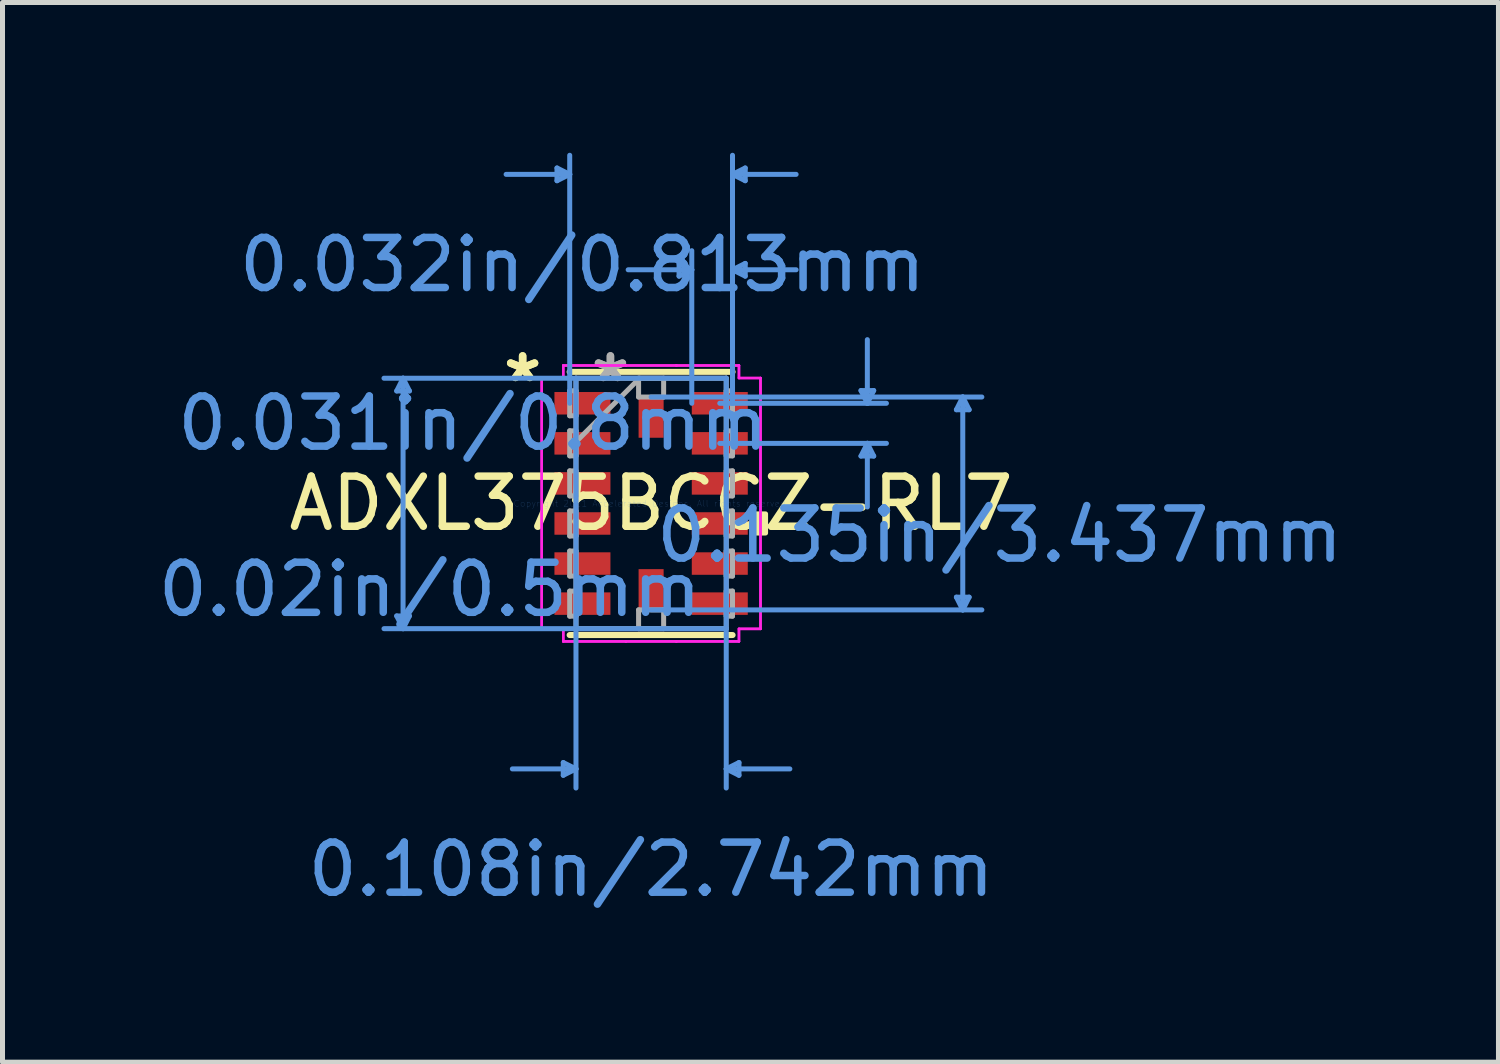
<source format=kicad_pcb>
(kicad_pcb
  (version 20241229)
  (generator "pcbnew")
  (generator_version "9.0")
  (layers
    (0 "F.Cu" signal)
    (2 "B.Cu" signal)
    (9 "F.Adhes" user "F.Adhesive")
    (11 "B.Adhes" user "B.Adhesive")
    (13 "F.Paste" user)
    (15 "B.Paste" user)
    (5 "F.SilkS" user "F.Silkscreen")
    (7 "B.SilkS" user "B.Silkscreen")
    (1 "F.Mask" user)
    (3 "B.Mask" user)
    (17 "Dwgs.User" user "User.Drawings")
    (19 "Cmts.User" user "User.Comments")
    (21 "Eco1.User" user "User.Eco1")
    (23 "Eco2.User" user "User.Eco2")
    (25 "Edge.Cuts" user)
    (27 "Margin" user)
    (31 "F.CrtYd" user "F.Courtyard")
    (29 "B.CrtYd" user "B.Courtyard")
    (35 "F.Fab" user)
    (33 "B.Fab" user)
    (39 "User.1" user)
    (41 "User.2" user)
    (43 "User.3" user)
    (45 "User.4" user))
  (footprint "ADXL375BCCZ-RL7"
    (layer "F.Cu")
    (at 9.949 7.001)
    (property "Reference" "ADXL375BCCZ-RL7" (at 0 0 0) (layer "F.SilkS") (effects (font (size 1 1) (thickness 0.15))))
    (attr through_hole)
    (fp_line (start -1.627 2.627) (end 1.627 2.627) (stroke (width 0.12) (type solid)) (layer "F.SilkS"))
    (fp_line (start 1.627 -2.627) (end -1.627 -2.627) (stroke (width 0.12) (type solid)) (layer "F.SilkS"))
    (fp_poly (pts (xy 2.285 0.209) (xy 2.285 0.59) (xy 2.031 0.59) (xy 2.031 0.209)) (stroke (width 0.1) (type solid)) (fill yes) (layer "F.SilkS"))
    (fp_line (start -5.079 -2.246) (end -4.825 -2.246) (stroke (width 0.1) (type solid)) (layer "Cmts.User"))
    (fp_line (start -5.079 2.246) (end -4.825 2.246) (stroke (width 0.1) (type solid)) (layer "Cmts.User"))
    (fp_line (start -4.952 -2.5) (end -5.079 -2.246) (stroke (width 0.1) (type solid)) (layer "Cmts.User"))
    (fp_line (start -4.952 -2.5) (end -4.952 2.5) (stroke (width 0.1) (type solid)) (layer "Cmts.User"))
    (fp_line (start -4.952 -2.5) (end -4.825 -2.246) (stroke (width 0.1) (type solid)) (layer "Cmts.User"))
    (fp_line (start -4.952 2.5) (end -5.079 2.246) (stroke (width 0.1) (type solid)) (layer "Cmts.User"))
    (fp_line (start -4.952 2.5) (end -4.825 2.246) (stroke (width 0.1) (type solid)) (layer "Cmts.User"))
    (fp_line (start -1.879 -6.697) (end -1.879 -6.443) (stroke (width 0.1) (type solid)) (layer "Cmts.User"))
    (fp_line (start -1.754 5.173) (end -1.754 5.427) (stroke (width 0.1) (type solid)) (layer "Cmts.User"))
    (fp_line (start -1.625 -6.57) (end -2.895 -6.57) (stroke (width 0.1) (type solid)) (layer "Cmts.User"))
    (fp_line (start -1.625 -6.57) (end -1.879 -6.697) (stroke (width 0.1) (type solid)) (layer "Cmts.User"))
    (fp_line (start -1.625 -6.57) (end -1.879 -6.443) (stroke (width 0.1) (type solid)) (layer "Cmts.User"))
    (fp_line (start -1.625 -2) (end -1.625 -6.951) (stroke (width 0.1) (type solid)) (layer "Cmts.User"))
    (fp_line (start -1.5 -2.5) (end -1.5 5.681) (stroke (width 0.1) (type solid)) (layer "Cmts.User"))
    (fp_line (start -1.5 5.3) (end -2.77 5.3) (stroke (width 0.1) (type solid)) (layer "Cmts.User"))
    (fp_line (start -1.5 5.3) (end -1.754 5.173) (stroke (width 0.1) (type solid)) (layer "Cmts.User"))
    (fp_line (start -1.5 5.3) (end -1.754 5.427) (stroke (width 0.1) (type solid)) (layer "Cmts.User"))
    (fp_line (start 0 -2.125) (end 6.603 -2.125) (stroke (width 0.1) (type solid)) (layer "Cmts.User"))
    (fp_line (start 0 2.125) (end 6.603 2.125) (stroke (width 0.1) (type solid)) (layer "Cmts.User"))
    (fp_line (start 0.558 -4.792) (end 0.558 -4.538) (stroke (width 0.1) (type solid)) (layer "Cmts.User"))
    (fp_line (start 0.812 -4.665) (end -0.458 -4.665) (stroke (width 0.1) (type solid)) (layer "Cmts.User"))
    (fp_line (start 0.812 -4.665) (end 0.558 -4.792) (stroke (width 0.1) (type solid)) (layer "Cmts.User"))
    (fp_line (start 0.812 -4.665) (end 0.558 -4.538) (stroke (width 0.1) (type solid)) (layer "Cmts.User"))
    (fp_line (start 0.812 -2) (end 0.812 -5.046) (stroke (width 0.1) (type solid)) (layer "Cmts.User"))
    (fp_line (start 1.371 -2) (end 4.698 -2) (stroke (width 0.1) (type solid)) (layer "Cmts.User"))
    (fp_line (start 1.371 -1.2) (end 4.698 -1.2) (stroke (width 0.1) (type solid)) (layer "Cmts.User"))
    (fp_line (start 1.5 -2.5) (end -5.333 -2.5) (stroke (width 0.1) (type solid)) (layer "Cmts.User"))
    (fp_line (start 1.5 -2.5) (end 1.5 5.681) (stroke (width 0.1) (type solid)) (layer "Cmts.User"))
    (fp_line (start 1.5 2.5) (end -5.333 2.5) (stroke (width 0.1) (type solid)) (layer "Cmts.User"))
    (fp_line (start 1.5 5.3) (end 1.754 5.173) (stroke (width 0.1) (type solid)) (layer "Cmts.User"))
    (fp_line (start 1.5 5.3) (end 1.754 5.427) (stroke (width 0.1) (type solid)) (layer "Cmts.User"))
    (fp_line (start 1.5 5.3) (end 2.77 5.3) (stroke (width 0.1) (type solid)) (layer "Cmts.User"))
    (fp_line (start 1.625 -6.57) (end 1.879 -6.697) (stroke (width 0.1) (type solid)) (layer "Cmts.User"))
    (fp_line (start 1.625 -6.57) (end 1.879 -6.443) (stroke (width 0.1) (type solid)) (layer "Cmts.User"))
    (fp_line (start 1.625 -6.57) (end 2.895 -6.57) (stroke (width 0.1) (type solid)) (layer "Cmts.User"))
    (fp_line (start 1.625 -4.665) (end 1.879 -4.792) (stroke (width 0.1) (type solid)) (layer "Cmts.User"))
    (fp_line (start 1.625 -4.665) (end 1.879 -4.538) (stroke (width 0.1) (type solid)) (layer "Cmts.User"))
    (fp_line (start 1.625 -4.665) (end 2.895 -4.665) (stroke (width 0.1) (type solid)) (layer "Cmts.User"))
    (fp_line (start 1.625 -2) (end 1.625 -6.951) (stroke (width 0.1) (type solid)) (layer "Cmts.User"))
    (fp_line (start 1.625 -2) (end 1.625 -5.046) (stroke (width 0.1) (type solid)) (layer "Cmts.User"))
    (fp_line (start 1.754 5.173) (end 1.754 5.427) (stroke (width 0.1) (type solid)) (layer "Cmts.User"))
    (fp_line (start 1.879 -6.697) (end 1.879 -6.443) (stroke (width 0.1) (type solid)) (layer "Cmts.User"))
    (fp_line (start 1.879 -4.792) (end 1.879 -4.538) (stroke (width 0.1) (type solid)) (layer "Cmts.User"))
    (fp_line (start 4.19 -2.254) (end 4.444 -2.254) (stroke (width 0.1) (type solid)) (layer "Cmts.User"))
    (fp_line (start 4.19 -0.946) (end 4.444 -0.946) (stroke (width 0.1) (type solid)) (layer "Cmts.User"))
    (fp_line (start 4.317 -2) (end 4.19 -2.254) (stroke (width 0.1) (type solid)) (layer "Cmts.User"))
    (fp_line (start 4.317 -2) (end 4.317 -3.27) (stroke (width 0.1) (type solid)) (layer "Cmts.User"))
    (fp_line (start 4.317 -2) (end 4.444 -2.254) (stroke (width 0.1) (type solid)) (layer "Cmts.User"))
    (fp_line (start 4.317 -1.2) (end 4.19 -0.946) (stroke (width 0.1) (type solid)) (layer "Cmts.User"))
    (fp_line (start 4.317 -1.2) (end 4.317 0.07) (stroke (width 0.1) (type solid)) (layer "Cmts.User"))
    (fp_line (start 4.317 -1.2) (end 4.444 -0.946) (stroke (width 0.1) (type solid)) (layer "Cmts.User"))
    (fp_line (start 6.095 -1.871) (end 6.349 -1.871) (stroke (width 0.1) (type solid)) (layer "Cmts.User"))
    (fp_line (start 6.095 1.871) (end 6.349 1.871) (stroke (width 0.1) (type solid)) (layer "Cmts.User"))
    (fp_line (start 6.222 -2.125) (end 6.095 -1.871) (stroke (width 0.1) (type solid)) (layer "Cmts.User"))
    (fp_line (start 6.222 -2.125) (end 6.222 2.125) (stroke (width 0.1) (type solid)) (layer "Cmts.User"))
    (fp_line (start 6.222 -2.125) (end 6.349 -1.871) (stroke (width 0.1) (type solid)) (layer "Cmts.User"))
    (fp_line (start 6.222 2.125) (end 6.095 1.871) (stroke (width 0.1) (type solid)) (layer "Cmts.User"))
    (fp_line (start 6.222 2.125) (end 6.349 1.871) (stroke (width 0.1) (type solid)) (layer "Cmts.User"))
    (fp_line (start -2.184 -2.504) (end -1.754 -2.504) (stroke (width 0.05) (type solid)) (layer "F.CrtYd"))
    (fp_line (start -2.184 -2.504) (end -1.754 -2.504) (stroke (width 0.05) (type solid)) (layer "F.CrtYd"))
    (fp_line (start -2.184 2.504) (end -2.184 -2.504) (stroke (width 0.05) (type solid)) (layer "F.CrtYd"))
    (fp_line (start -2.184 2.504) (end -2.184 -2.504) (stroke (width 0.05) (type solid)) (layer "F.CrtYd"))
    (fp_line (start -1.754 -2.754) (end -0.504 -2.754) (stroke (width 0.05) (type solid)) (layer "F.CrtYd"))
    (fp_line (start -1.754 -2.754) (end -0.504 -2.754) (stroke (width 0.05) (type solid)) (layer "F.CrtYd"))
    (fp_line (start -1.754 -2.504) (end -1.754 -2.754) (stroke (width 0.05) (type solid)) (layer "F.CrtYd"))
    (fp_line (start -1.754 -2.504) (end -1.754 -2.754) (stroke (width 0.05) (type solid)) (layer "F.CrtYd"))
    (fp_line (start -1.754 2.504) (end -2.184 2.504) (stroke (width 0.05) (type solid)) (layer "F.CrtYd"))
    (fp_line (start -1.754 2.504) (end -2.184 2.504) (stroke (width 0.05) (type solid)) (layer "F.CrtYd"))
    (fp_line (start -1.754 2.754) (end -1.754 2.504) (stroke (width 0.05) (type solid)) (layer "F.CrtYd"))
    (fp_line (start -1.754 2.754) (end -1.754 2.504) (stroke (width 0.05) (type solid)) (layer "F.CrtYd"))
    (fp_line (start -0.504 -2.754) (end -0.504 -2.754) (stroke (width 0.05) (type solid)) (layer "F.CrtYd"))
    (fp_line (start -0.504 -2.754) (end -0.504 -2.754) (stroke (width 0.05) (type solid)) (layer "F.CrtYd"))
    (fp_line (start -0.504 -2.754) (end 0.504 -2.754) (stroke (width 0.05) (type solid)) (layer "F.CrtYd"))
    (fp_line (start -0.504 -2.754) (end 0.504 -2.754) (stroke (width 0.05) (type solid)) (layer "F.CrtYd"))
    (fp_line (start -0.504 2.754) (end -1.754 2.754) (stroke (width 0.05) (type solid)) (layer "F.CrtYd"))
    (fp_line (start -0.504 2.754) (end -1.754 2.754) (stroke (width 0.05) (type solid)) (layer "F.CrtYd"))
    (fp_line (start -0.504 2.754) (end -0.504 2.754) (stroke (width 0.05) (type solid)) (layer "F.CrtYd"))
    (fp_line (start -0.504 2.754) (end -0.504 2.754) (stroke (width 0.05) (type solid)) (layer "F.CrtYd"))
    (fp_line (start 0.504 -2.754) (end 0.504 -2.754) (stroke (width 0.05) (type solid)) (layer "F.CrtYd"))
    (fp_line (start 0.504 -2.754) (end 0.504 -2.754) (stroke (width 0.05) (type solid)) (layer "F.CrtYd"))
    (fp_line (start 0.504 -2.754) (end 1.754 -2.754) (stroke (width 0.05) (type solid)) (layer "F.CrtYd"))
    (fp_line (start 0.504 -2.754) (end 1.754 -2.754) (stroke (width 0.05) (type solid)) (layer "F.CrtYd"))
    (fp_line (start 0.504 2.754) (end -0.504 2.754) (stroke (width 0.05) (type solid)) (layer "F.CrtYd"))
    (fp_line (start 0.504 2.754) (end -0.504 2.754) (stroke (width 0.05) (type solid)) (layer "F.CrtYd"))
    (fp_line (start 0.504 2.754) (end 0.504 2.754) (stroke (width 0.05) (type solid)) (layer "F.CrtYd"))
    (fp_line (start 0.504 2.754) (end 0.504 2.754) (stroke (width 0.05) (type solid)) (layer "F.CrtYd"))
    (fp_line (start 1.754 -2.754) (end 1.754 -2.504) (stroke (width 0.05) (type solid)) (layer "F.CrtYd"))
    (fp_line (start 1.754 -2.754) (end 1.754 -2.504) (stroke (width 0.05) (type solid)) (layer "F.CrtYd"))
    (fp_line (start 1.754 -2.504) (end 2.184 -2.504) (stroke (width 0.05) (type solid)) (layer "F.CrtYd"))
    (fp_line (start 1.754 -2.504) (end 2.184 -2.504) (stroke (width 0.05) (type solid)) (layer "F.CrtYd"))
    (fp_line (start 1.754 2.504) (end 1.754 2.754) (stroke (width 0.05) (type solid)) (layer "F.CrtYd"))
    (fp_line (start 1.754 2.504) (end 1.754 2.754) (stroke (width 0.05) (type solid)) (layer "F.CrtYd"))
    (fp_line (start 1.754 2.754) (end 0.504 2.754) (stroke (width 0.05) (type solid)) (layer "F.CrtYd"))
    (fp_line (start 1.754 2.754) (end 0.504 2.754) (stroke (width 0.05) (type solid)) (layer "F.CrtYd"))
    (fp_line (start 2.184 -2.504) (end 2.184 2.504) (stroke (width 0.05) (type solid)) (layer "F.CrtYd"))
    (fp_line (start 2.184 -2.504) (end 2.184 2.504) (stroke (width 0.05) (type solid)) (layer "F.CrtYd"))
    (fp_line (start 2.184 2.504) (end 1.754 2.504) (stroke (width 0.05) (type solid)) (layer "F.CrtYd"))
    (fp_line (start 2.184 2.504) (end 1.754 2.504) (stroke (width 0.05) (type solid)) (layer "F.CrtYd"))
    (fp_line (start -1.625 -2.25) (end -1.625 -1.75) (stroke (width 0.1) (type solid)) (layer "F.Fab"))
    (fp_line (start -1.625 -1.75) (end -1.5 -1.75) (stroke (width 0.1) (type solid)) (layer "F.Fab"))
    (fp_line (start -1.625 -1.45) (end -1.625 -0.95) (stroke (width 0.1) (type solid)) (layer "F.Fab"))
    (fp_line (start -1.625 -0.95) (end -1.5 -0.95) (stroke (width 0.1) (type solid)) (layer "F.Fab"))
    (fp_line (start -1.625 -0.65) (end -1.625 -0.15) (stroke (width 0.1) (type solid)) (layer "F.Fab"))
    (fp_line (start -1.625 -0.15) (end -1.5 -0.15) (stroke (width 0.1) (type solid)) (layer "F.Fab"))
    (fp_line (start -1.625 0.15) (end -1.625 0.65) (stroke (width 0.1) (type solid)) (layer "F.Fab"))
    (fp_line (start -1.625 0.65) (end -1.5 0.65) (stroke (width 0.1) (type solid)) (layer "F.Fab"))
    (fp_line (start -1.625 0.95) (end -1.625 1.45) (stroke (width 0.1) (type solid)) (layer "F.Fab"))
    (fp_line (start -1.625 1.45) (end -1.5 1.45) (stroke (width 0.1) (type solid)) (layer "F.Fab"))
    (fp_line (start -1.625 1.75) (end -1.625 2.25) (stroke (width 0.1) (type solid)) (layer "F.Fab"))
    (fp_line (start -1.625 2.25) (end -1.5 2.25) (stroke (width 0.1) (type solid)) (layer "F.Fab"))
    (fp_line (start -1.5 -2.5) (end -1.5 -2.5) (stroke (width 0.1) (type solid)) (layer "F.Fab"))
    (fp_line (start -1.5 -2.5) (end -1.5 2.5) (stroke (width 0.1) (type solid)) (layer "F.Fab"))
    (fp_line (start -1.5 -2.25) (end -1.625 -2.25) (stroke (width 0.1) (type solid)) (layer "F.Fab"))
    (fp_line (start -1.5 -1.75) (end -1.5 -2.25) (stroke (width 0.1) (type solid)) (layer "F.Fab"))
    (fp_line (start -1.5 -1.45) (end -1.625 -1.45) (stroke (width 0.1) (type solid)) (layer "F.Fab"))
    (fp_line (start -1.5 -1.23) (end -0.23 -2.5) (stroke (width 0.1) (type solid)) (layer "F.Fab"))
    (fp_line (start -1.5 -0.95) (end -1.5 -1.45) (stroke (width 0.1) (type solid)) (layer "F.Fab"))
    (fp_line (start -1.5 -0.65) (end -1.625 -0.65) (stroke (width 0.1) (type solid)) (layer "F.Fab"))
    (fp_line (start -1.5 -0.15) (end -1.5 -0.65) (stroke (width 0.1) (type solid)) (layer "F.Fab"))
    (fp_line (start -1.5 0.15) (end -1.625 0.15) (stroke (width 0.1) (type solid)) (layer "F.Fab"))
    (fp_line (start -1.5 0.65) (end -1.5 0.15) (stroke (width 0.1) (type solid)) (layer "F.Fab"))
    (fp_line (start -1.5 0.95) (end -1.625 0.95) (stroke (width 0.1) (type solid)) (layer "F.Fab"))
    (fp_line (start -1.5 1.45) (end -1.5 0.95) (stroke (width 0.1) (type solid)) (layer "F.Fab"))
    (fp_line (start -1.5 1.75) (end -1.625 1.75) (stroke (width 0.1) (type solid)) (layer "F.Fab"))
    (fp_line (start -1.5 2.25) (end -1.5 1.75) (stroke (width 0.1) (type solid)) (layer "F.Fab"))
    (fp_line (start -1.5 2.5) (end -1.5 2.5) (stroke (width 0.1) (type solid)) (layer "F.Fab"))
    (fp_line (start -1.5 2.5) (end 1.5 2.5) (stroke (width 0.1) (type solid)) (layer "F.Fab"))
    (fp_line (start -0.25 -2.5) (end 0.25 -2.5) (stroke (width 0.1) (type solid)) (layer "F.Fab"))
    (fp_line (start -0.25 -2.125) (end -0.25 -2.5) (stroke (width 0.1) (type solid)) (layer "F.Fab"))
    (fp_line (start -0.25 2.125) (end 0.25 2.125) (stroke (width 0.1) (type solid)) (layer "F.Fab"))
    (fp_line (start -0.25 2.5) (end -0.25 2.125) (stroke (width 0.1) (type solid)) (layer "F.Fab"))
    (fp_line (start 0.25 -2.5) (end 0.25 -2.125) (stroke (width 0.1) (type solid)) (layer "F.Fab"))
    (fp_line (start 0.25 -2.125) (end -0.25 -2.125) (stroke (width 0.1) (type solid)) (layer "F.Fab"))
    (fp_line (start 0.25 2.125) (end 0.25 2.5) (stroke (width 0.1) (type solid)) (layer "F.Fab"))
    (fp_line (start 0.25 2.5) (end -0.25 2.5) (stroke (width 0.1) (type solid)) (layer "F.Fab"))
    (fp_line (start 1.5 -2.5) (end -1.5 -2.5) (stroke (width 0.1) (type solid)) (layer "F.Fab"))
    (fp_line (start 1.5 -2.5) (end 1.5 -2.5) (stroke (width 0.1) (type solid)) (layer "F.Fab"))
    (fp_line (start 1.5 -2.25) (end 1.5 -1.75) (stroke (width 0.1) (type solid)) (layer "F.Fab"))
    (fp_line (start 1.5 -1.75) (end 1.625 -1.75) (stroke (width 0.1) (type solid)) (layer "F.Fab"))
    (fp_line (start 1.5 -1.45) (end 1.5 -0.95) (stroke (width 0.1) (type solid)) (layer "F.Fab"))
    (fp_line (start 1.5 -0.95) (end 1.625 -0.95) (stroke (width 0.1) (type solid)) (layer "F.Fab"))
    (fp_line (start 1.5 -0.65) (end 1.5 -0.15) (stroke (width 0.1) (type solid)) (layer "F.Fab"))
    (fp_line (start 1.5 -0.15) (end 1.625 -0.15) (stroke (width 0.1) (type solid)) (layer "F.Fab"))
    (fp_line (start 1.5 0.15) (end 1.5 0.65) (stroke (width 0.1) (type solid)) (layer "F.Fab"))
    (fp_line (start 1.5 0.65) (end 1.625 0.65) (stroke (width 0.1) (type solid)) (layer "F.Fab"))
    (fp_line (start 1.5 0.95) (end 1.5 1.45) (stroke (width 0.1) (type solid)) (layer "F.Fab"))
    (fp_line (start 1.5 1.45) (end 1.625 1.45) (stroke (width 0.1) (type solid)) (layer "F.Fab"))
    (fp_line (start 1.5 1.75) (end 1.5 2.25) (stroke (width 0.1) (type solid)) (layer "F.Fab"))
    (fp_line (start 1.5 2.25) (end 1.625 2.25) (stroke (width 0.1) (type solid)) (layer "F.Fab"))
    (fp_line (start 1.5 2.5) (end 1.5 -2.5) (stroke (width 0.1) (type solid)) (layer "F.Fab"))
    (fp_line (start 1.5 2.5) (end 1.5 2.5) (stroke (width 0.1) (type solid)) (layer "F.Fab"))
    (fp_line (start 1.625 -2.25) (end 1.5 -2.25) (stroke (width 0.1) (type solid)) (layer "F.Fab"))
    (fp_line (start 1.625 -1.75) (end 1.625 -2.25) (stroke (width 0.1) (type solid)) (layer "F.Fab"))
    (fp_line (start 1.625 -1.45) (end 1.5 -1.45) (stroke (width 0.1) (type solid)) (layer "F.Fab"))
    (fp_line (start 1.625 -0.95) (end 1.625 -1.45) (stroke (width 0.1) (type solid)) (layer "F.Fab"))
    (fp_line (start 1.625 -0.65) (end 1.5 -0.65) (stroke (width 0.1) (type solid)) (layer "F.Fab"))
    (fp_line (start 1.625 -0.15) (end 1.625 -0.65) (stroke (width 0.1) (type solid)) (layer "F.Fab"))
    (fp_line (start 1.625 0.15) (end 1.5 0.15) (stroke (width 0.1) (type solid)) (layer "F.Fab"))
    (fp_line (start 1.625 0.65) (end 1.625 0.15) (stroke (width 0.1) (type solid)) (layer "F.Fab"))
    (fp_line (start 1.625 0.95) (end 1.5 0.95) (stroke (width 0.1) (type solid)) (layer "F.Fab"))
    (fp_line (start 1.625 1.45) (end 1.625 0.95) (stroke (width 0.1) (type solid)) (layer "F.Fab"))
    (fp_line (start 1.625 1.75) (end 1.5 1.75) (stroke (width 0.1) (type solid)) (layer "F.Fab"))
    (fp_line (start 1.625 2.25) (end 1.625 1.75) (stroke (width 0.1) (type solid)) (layer "F.Fab"))
    (fp_text user "*" (at -2.565 -2.4 0) (layer "F.SilkS") (effects (font (size 1 1) (thickness 0.15))))
    (fp_text user "*" (at -2.565 -2.4 0) (layer "F.SilkS") (effects (font (size 1 1) (thickness 0.15))))
    (fp_text user "0.135in/3.437mm" (at 6.959 0.635 0) (layer "Cmts.User") (effects (font (size 1 1) (thickness 0.15))))
    (fp_text user "0.02in/0.5mm" (at -4.419 1.718 0) (layer "Cmts.User") (effects (font (size 1 1) (thickness 0.15))))
    (fp_text user "0.032in/0.813mm" (at -1.371 -4.766 0) (layer "Cmts.User") (effects (font (size 1 1) (thickness 0.15))))
    (fp_text user "Copyright 2021 Accelerated Designs. All rights reserved." (at 0 0 0) (layer "Cmts.User") (effects (font (size 0.127 0.127) (thickness 0.002))))
    (fp_text user "0.108in/2.742mm" (at 0 7.306 0) (layer "Cmts.User") (effects (font (size 1 1) (thickness 0.15))))
    (fp_text user "0.031in/0.8mm" (at -3.555 -1.6 0) (layer "Cmts.User") (effects (font (size 1 1) (thickness 0.15))))
    (fp_text user "*" (at -0.812 -2.4 0) (layer "F.Fab") (effects (font (size 1 1) (thickness 0.15))))
    (fp_text user "*" (at -0.812 -2.4 0) (layer "F.Fab") (effects (font (size 1 1) (thickness 0.15))))
    (pad "1" smd rect (at -1.371 -2 90) (size 0.449 1.118) (layers "F.Cu" "F.Mask" "F.Paste"))
    (pad "2" smd rect (at -1.371 -1.2 90) (size 0.449 1.118) (layers "F.Cu" "F.Mask" "F.Paste"))
    (pad "3" smd rect (at -1.371 -0.4 90) (size 0.449 1.118) (layers "F.Cu" "F.Mask" "F.Paste"))
    (pad "4" smd rect (at -1.371 0.4 90) (size 0.449 1.118) (layers "F.Cu" "F.Mask" "F.Paste"))
    (pad "5" smd rect (at -1.371 1.2 90) (size 0.449 1.118) (layers "F.Cu" "F.Mask" "F.Paste"))
    (pad "6" smd rect (at -1.371 2 90) (size 0.449 1.118) (layers "F.Cu" "F.Mask" "F.Paste"))
    (pad "7" smd rect (at 0 1.718) (size 0.5 0.813) (layers "F.Cu" "F.Mask" "F.Paste"))
    (pad "8" smd rect (at 1.371 2 90) (size 0.449 1.118) (layers "F.Cu" "F.Mask" "F.Paste"))
    (pad "9" smd rect (at 1.371 1.2 90) (size 0.449 1.118) (layers "F.Cu" "F.Mask" "F.Paste"))
    (pad "10" smd rect (at 1.371 0.4 90) (size 0.449 1.118) (layers "F.Cu" "F.Mask" "F.Paste"))
    (pad "11" smd rect (at 1.371 -0.4 90) (size 0.449 1.118) (layers "F.Cu" "F.Mask" "F.Paste"))
    (pad "12" smd rect (at 1.371 -1.2 90) (size 0.449 1.118) (layers "F.Cu" "F.Mask" "F.Paste"))
    (pad "13" smd rect (at 1.371 -2 90) (size 0.449 1.118) (layers "F.Cu" "F.Mask" "F.Paste"))
    (pad "14" smd rect (at 0 -1.718) (size 0.5 0.813) (layers "F.Cu" "F.Mask" "F.Paste")))
  (gr_rect
    (start -3 -3)
    (end 26.866 18.156)
    (stroke (width 0.1) (type default))
    (fill no)
    (layer "Edge.Cuts")))
</source>
